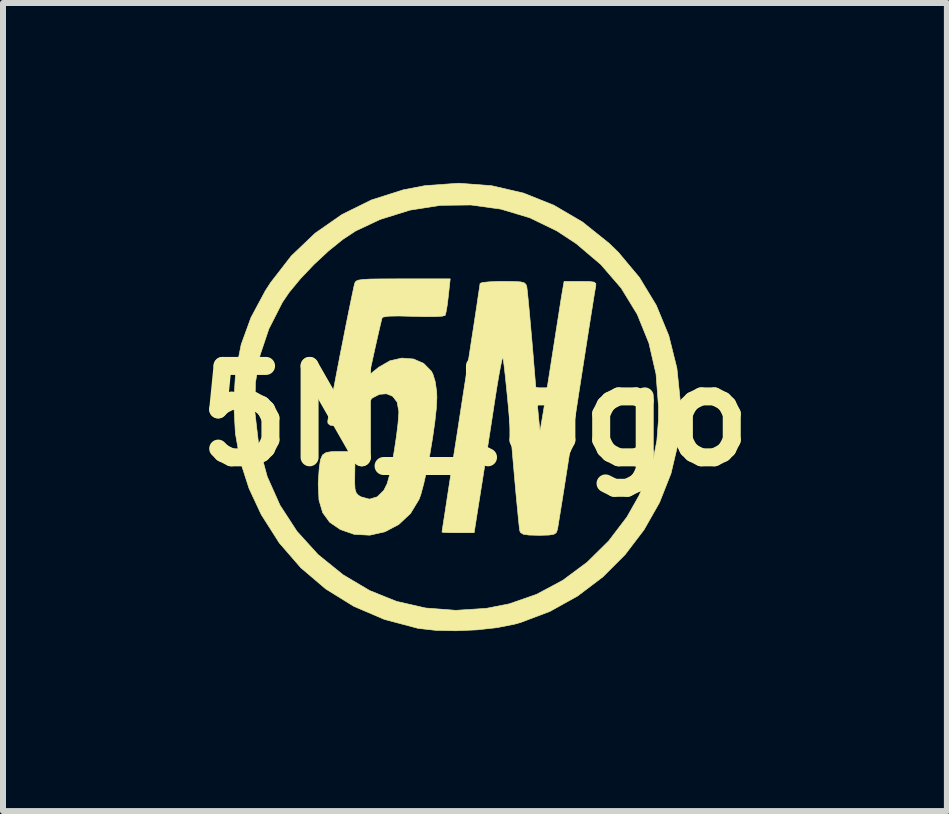
<source format=kicad_pcb>
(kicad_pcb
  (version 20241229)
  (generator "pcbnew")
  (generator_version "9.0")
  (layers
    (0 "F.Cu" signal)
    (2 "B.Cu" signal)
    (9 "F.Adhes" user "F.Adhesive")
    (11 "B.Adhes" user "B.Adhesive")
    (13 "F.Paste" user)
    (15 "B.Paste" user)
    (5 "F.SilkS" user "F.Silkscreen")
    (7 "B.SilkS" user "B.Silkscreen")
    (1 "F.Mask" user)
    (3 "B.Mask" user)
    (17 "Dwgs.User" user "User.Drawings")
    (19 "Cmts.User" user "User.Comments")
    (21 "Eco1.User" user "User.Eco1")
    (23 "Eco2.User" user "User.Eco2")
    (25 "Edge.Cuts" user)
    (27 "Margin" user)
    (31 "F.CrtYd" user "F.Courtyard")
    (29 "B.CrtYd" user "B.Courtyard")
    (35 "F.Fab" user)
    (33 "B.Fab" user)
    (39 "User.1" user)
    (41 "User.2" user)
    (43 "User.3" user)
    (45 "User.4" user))
  (footprint "5N_logo"
    (layer "F.Cu")
    (at 4.87 3.886)
    (property "Reference" "5N_logo" (at 0 0 0) (layer "F.SilkS") (effects (font (size 1.524 1.524) (thickness 0.3))))
    (attr through_hole)
    (fp_poly (pts (xy 0.28 -3.839) (xy 0.81 -3.716) (xy 1.315 -3.514) (xy 1.792 -3.235) (xy 2.235 -2.88) (xy 2.392 -2.728) (xy 2.743 -2.308) (xy 3.024 -1.844) (xy 3.232 -1.339) (xy 3.367 -0.797) (xy 3.426 -0.224) (xy 3.429 -0.064) (xy 3.388 0.455) (xy 3.268 0.961) (xy 3.077 1.444) (xy 2.819 1.898) (xy 2.502 2.314) (xy 2.131 2.685) (xy 1.712 3.002) (xy 1.252 3.258) (xy 0.757 3.445) (xy 0.656 3.473) (xy 0.366 3.53) (xy 0.031 3.567) (xy -0.319 3.582) (xy -0.652 3.575) (xy -0.938 3.543) (xy -0.959 3.539) (xy -1.512 3.392) (xy -2.023 3.173) (xy -2.488 2.885) (xy -2.903 2.532) (xy -3.263 2.117) (xy -3.564 1.644) (xy -3.767 1.209) (xy -3.912 0.76) (xy -3.995 0.29) (xy -4.014 -0.064) (xy -3.67 -0.064) (xy -3.605 0.491) (xy -3.465 1.009) (xy -3.251 1.489) (xy -2.968 1.924) (xy -2.616 2.312) (xy -2.2 2.648) (xy -1.755 2.912) (xy -1.307 3.092) (xy -0.824 3.202) (xy -0.32 3.241) (xy 0.189 3.208) (xy 0.571 3.133) (xy 1.028 2.974) (xy 1.465 2.74) (xy 1.869 2.44) (xy 2.229 2.085) (xy 2.535 1.683) (xy 2.733 1.333) (xy 2.877 1.009) (xy 2.975 0.711) (xy 3.033 0.411) (xy 3.059 0.076) (xy 3.061 -0.148) (xy 3.019 -0.7) (xy 2.9 -1.216) (xy 2.706 -1.694) (xy 2.439 -2.131) (xy 2.099 -2.525) (xy 1.689 -2.873) (xy 1.365 -3.086) (xy 0.913 -3.305) (xy 0.432 -3.449) (xy -0.068 -3.518) (xy -0.577 -3.512) (xy -1.085 -3.432) (xy -1.581 -3.277) (xy -1.99 -3.085) (xy -2.204 -2.944) (xy -2.442 -2.752) (xy -2.684 -2.527) (xy -2.91 -2.289) (xy -3.1 -2.059) (xy -3.211 -1.895) (xy -3.437 -1.451) (xy -3.585 -1.01) (xy -3.661 -0.553) (xy -3.67 -0.064) (xy -4.014 -0.064) (xy -4.022 -0.212) (xy -3.992 -0.723) (xy -3.898 -1.193) (xy -3.735 -1.641) (xy -3.497 -2.085) (xy -3.408 -2.223) (xy -3.064 -2.667) (xy -2.666 -3.047) (xy -2.218 -3.359) (xy -1.726 -3.602) (xy -1.194 -3.771) (xy -0.831 -3.841) (xy -0.268 -3.881) (xy 0.28 -3.839)) (stroke (width 0.01) (type solid)) (fill yes) (layer "F.SilkS"))
    (fp_poly (pts (xy -0.444 -2) (xy -0.462 -1.85) (xy -0.482 -1.734) (xy -0.497 -1.677) (xy -0.546 -1.664) (xy -0.662 -1.657) (xy -0.828 -1.656) (xy -1.026 -1.661) (xy -1.271 -1.667) (xy -1.436 -1.664) (xy -1.527 -1.65) (xy -1.549 -1.635) (xy -1.564 -1.576) (xy -1.593 -1.454) (xy -1.631 -1.287) (xy -1.665 -1.136) (xy -1.764 -0.685) (xy -1.604 -0.813) (xy -1.418 -0.92) (xy -1.219 -0.965) (xy -1.025 -0.95) (xy -0.855 -0.876) (xy -0.728 -0.747) (xy -0.702 -0.699) (xy -0.663 -0.573) (xy -0.639 -0.407) (xy -0.635 -0.31) (xy -0.644 -0.131) (xy -0.669 0.099) (xy -0.706 0.361) (xy -0.751 0.633) (xy -0.802 0.896) (xy -0.854 1.128) (xy -0.903 1.31) (xy -0.932 1.39) (xy -1.075 1.626) (xy -1.27 1.809) (xy -1.501 1.931) (xy -1.754 1.988) (xy -2.015 1.974) (xy -2.245 1.894) (xy -2.422 1.773) (xy -2.539 1.613) (xy -2.601 1.403) (xy -2.614 1.133) (xy -2.611 1.079) (xy -2.597 0.871) (xy -2.577 0.732) (xy -2.542 0.65) (xy -2.481 0.609) (xy -2.384 0.594) (xy -2.264 0.593) (xy -1.997 0.593) (xy -2.004 0.939) (xy -2.006 1.111) (xy -2 1.219) (xy -1.98 1.283) (xy -1.943 1.323) (xy -1.9 1.349) (xy -1.76 1.387) (xy -1.628 1.348) (xy -1.519 1.239) (xy -1.464 1.128) (xy -1.426 0.992) (xy -1.384 0.798) (xy -1.344 0.571) (xy -1.309 0.337) (xy -1.283 0.122) (xy -1.27 -0.048) (xy -1.27 -0.078) (xy -1.298 -0.231) (xy -1.372 -0.328) (xy -1.475 -0.37) (xy -1.593 -0.361) (xy -1.71 -0.301) (xy -1.809 -0.194) (xy -1.875 -0.042) (xy -1.885 0.005) (xy -1.912 0.169) (xy -2.184 0.169) (xy -2.333 0.166) (xy -2.415 0.153) (xy -2.45 0.125) (xy -2.455 0.093) (xy -2.447 0.037) (xy -2.425 -0.089) (xy -2.392 -0.27) (xy -2.349 -0.495) (xy -2.301 -0.748) (xy -2.249 -1.018) (xy -2.195 -1.289) (xy -2.144 -1.55) (xy -2.096 -1.786) (xy -2.055 -1.985) (xy -2.024 -2.132) (xy -2.011 -2.191) (xy -2.001 -2.224) (xy -1.981 -2.249) (xy -1.939 -2.266) (xy -1.864 -2.276) (xy -1.745 -2.283) (xy -1.569 -2.285) (xy -1.324 -2.286) (xy -1.201 -2.286) (xy -0.413 -2.286) (xy -0.444 -2)) (stroke (width 0.01) (type solid)) (fill yes) (layer "F.SilkS"))
    (fp_poly (pts (xy 1.907 -2.242) (xy 1.986 -2.232) (xy 2.016 -2.208) (xy 2.014 -2.162) (xy 2.011 -2.148) (xy 2 -2.088) (xy 1.978 -1.953) (xy 1.946 -1.751) (xy 1.905 -1.493) (xy 1.857 -1.186) (xy 1.803 -0.839) (xy 1.744 -0.461) (xy 1.693 -0.127) (xy 1.632 0.27) (xy 1.574 0.643) (xy 1.521 0.984) (xy 1.474 1.284) (xy 1.434 1.534) (xy 1.403 1.725) (xy 1.383 1.849) (xy 1.375 1.894) (xy 1.356 1.945) (xy 1.315 1.973) (xy 1.233 1.986) (xy 1.089 1.99) (xy 1.06 1.99) (xy 0.901 1.986) (xy 0.807 1.973) (xy 0.761 1.945) (xy 0.747 1.916) (xy 0.739 1.857) (xy 0.725 1.724) (xy 0.706 1.528) (xy 0.682 1.279) (xy 0.656 0.987) (xy 0.628 0.664) (xy 0.608 0.434) (xy 0.579 0.099) (xy 0.551 -0.208) (xy 0.525 -0.476) (xy 0.502 -0.696) (xy 0.483 -0.858) (xy 0.47 -0.953) (xy 0.464 -0.974) (xy 0.45 -0.934) (xy 0.426 -0.824) (xy 0.395 -0.656) (xy 0.36 -0.445) (xy 0.325 -0.222) (xy 0.277 0.093) (xy 0.222 0.448) (xy 0.166 0.807) (xy 0.115 1.132) (xy 0.098 1.238) (xy -0.014 1.947) (xy -0.282 1.947) (xy -0.42 1.946) (xy -0.517 1.942) (xy -0.55 1.937) (xy -0.544 1.894) (xy -0.526 1.776) (xy -0.497 1.59) (xy -0.46 1.345) (xy -0.414 1.048) (xy -0.362 0.708) (xy -0.303 0.332) (xy -0.241 -0.071) (xy -0.233 -0.125) (xy -0.17 -0.532) (xy -0.111 -0.913) (xy -0.058 -1.261) (xy -0.011 -1.566) (xy 0.028 -1.822) (xy 0.057 -2.02) (xy 0.077 -2.151) (xy 0.085 -2.208) (xy 0.085 -2.21) (xy 0.124 -2.225) (xy 0.229 -2.236) (xy 0.381 -2.243) (xy 0.465 -2.244) (xy 0.646 -2.242) (xy 0.759 -2.236) (xy 0.822 -2.22) (xy 0.852 -2.19) (xy 0.865 -2.148) (xy 0.873 -2.082) (xy 0.887 -1.943) (xy 0.906 -1.744) (xy 0.928 -1.497) (xy 0.953 -1.214) (xy 0.979 -0.906) (xy 0.979 -0.9) (xy 1.004 -0.599) (xy 1.028 -0.328) (xy 1.049 -0.098) (xy 1.066 0.081) (xy 1.078 0.198) (xy 1.085 0.241) (xy 1.085 0.241) (xy 1.094 0.198) (xy 1.114 0.083) (xy 1.144 -0.094) (xy 1.18 -0.322) (xy 1.223 -0.589) (xy 1.267 -0.869) (xy 1.314 -1.172) (xy 1.358 -1.453) (xy 1.397 -1.7) (xy 1.428 -1.901) (xy 1.451 -2.042) (xy 1.462 -2.106) (xy 1.486 -2.244) (xy 1.76 -2.244) (xy 1.907 -2.242)) (stroke (width 0.01) (type solid)) (fill yes) (layer "F.SilkS")))
  (gr_rect
    (start -3 -3)
    (end 12.739 10.474)
    (stroke (width 0.1) (type default))
    (fill no)
    (layer "Edge.Cuts")))
</source>
